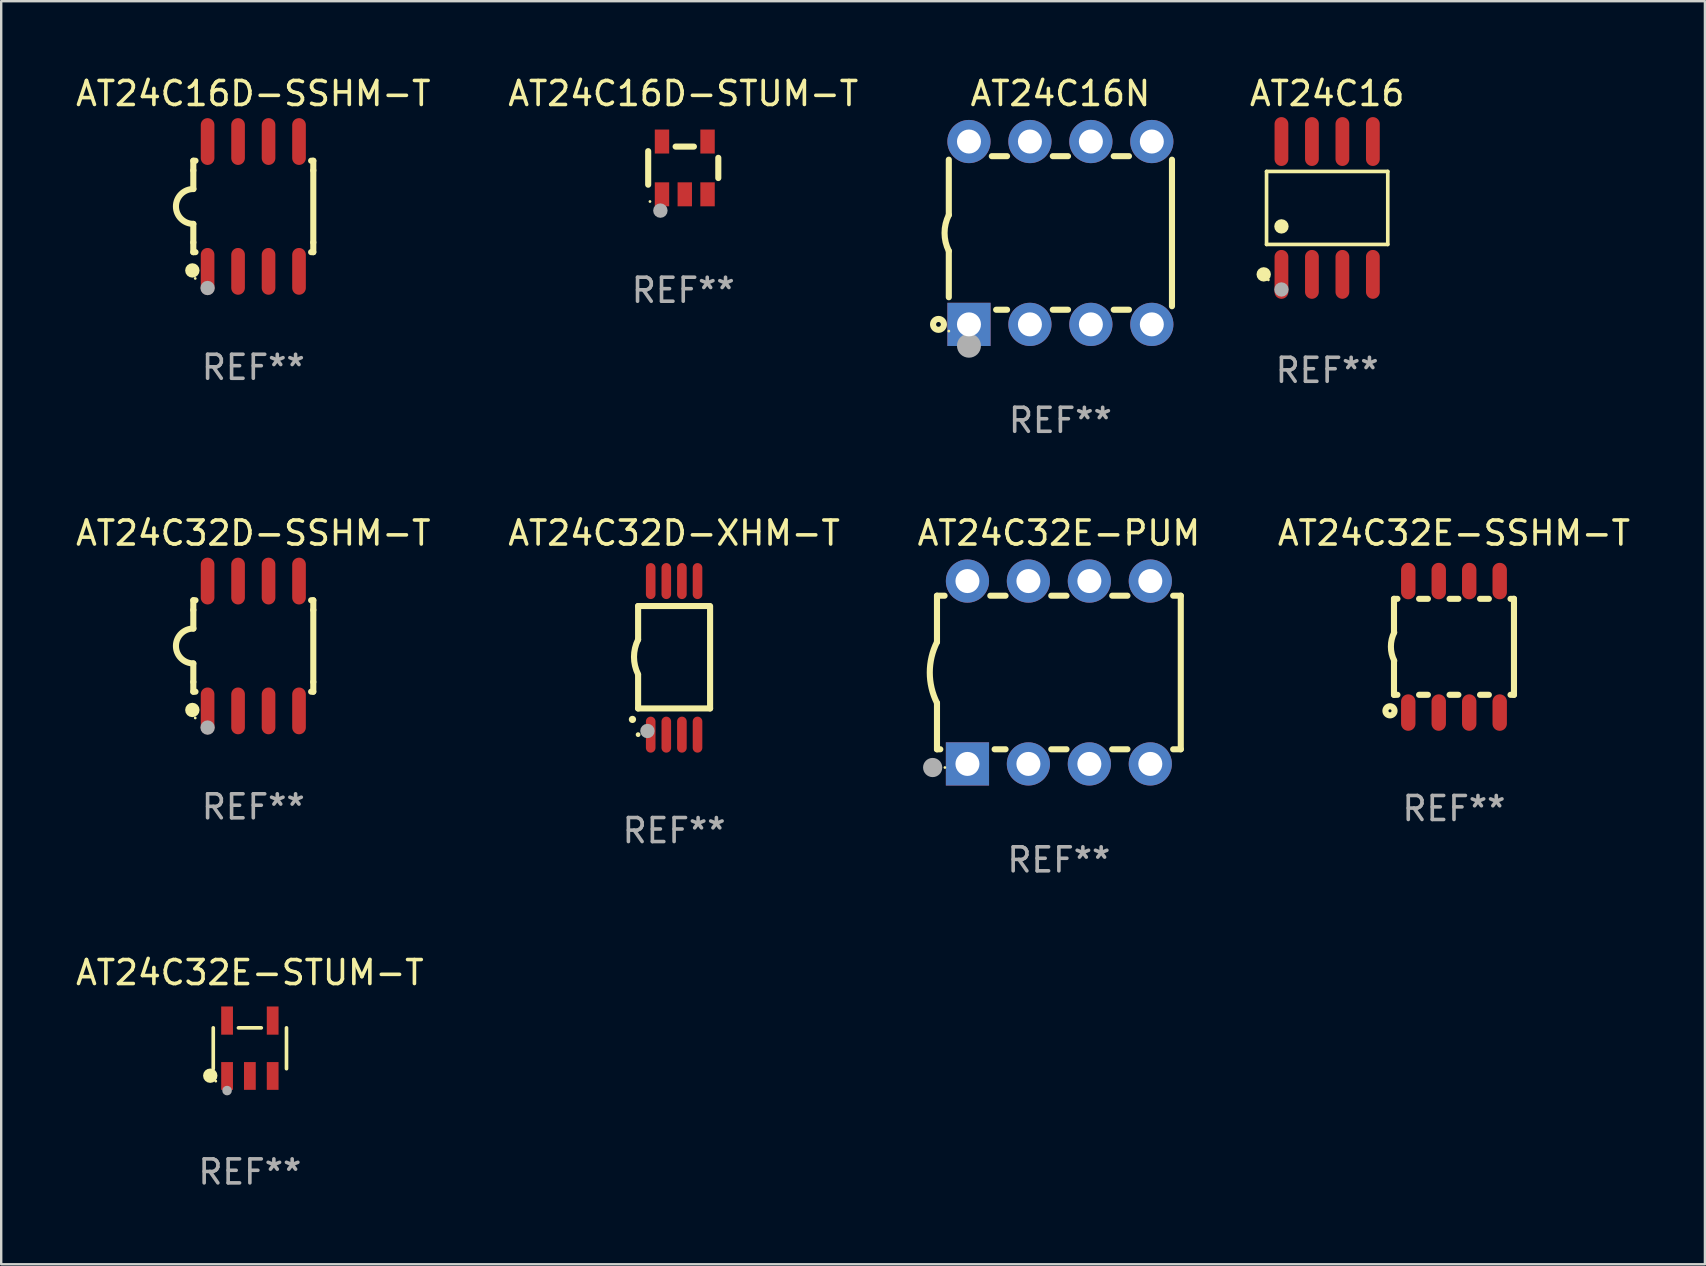
<source format=kicad_pcb>
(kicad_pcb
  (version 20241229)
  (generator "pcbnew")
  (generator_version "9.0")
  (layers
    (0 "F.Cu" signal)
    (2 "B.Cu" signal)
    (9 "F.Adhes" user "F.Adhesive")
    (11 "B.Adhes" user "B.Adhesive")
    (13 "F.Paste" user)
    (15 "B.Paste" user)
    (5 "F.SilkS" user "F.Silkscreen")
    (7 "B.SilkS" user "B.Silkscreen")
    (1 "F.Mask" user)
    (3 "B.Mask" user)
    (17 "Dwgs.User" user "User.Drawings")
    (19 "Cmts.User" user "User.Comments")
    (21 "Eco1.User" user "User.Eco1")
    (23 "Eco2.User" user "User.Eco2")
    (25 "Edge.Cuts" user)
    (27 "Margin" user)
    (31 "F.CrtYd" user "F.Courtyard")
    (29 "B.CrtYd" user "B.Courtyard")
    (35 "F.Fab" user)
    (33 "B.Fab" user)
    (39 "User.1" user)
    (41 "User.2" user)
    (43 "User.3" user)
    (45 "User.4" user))
  (footprint "AT24C16D-SSHM-T"
    (layer "F.Cu")
    (at 7.506 5.553)
    (property "Reference" "AT24C16D-SSHM-T" (at 0 -4.705 0) (layer "F.SilkS") (effects (font (size 1 1) (thickness 0.15))))
    (attr through_hole)
    (fp_line (start -2.5 -1.905) (end -2.409 -1.905) (stroke (width 0.254) (type solid)) (layer "F.SilkS"))
    (fp_line (start -2.5 -1.5) (end -2.5 -1.905) (stroke (width 0.254) (type solid)) (layer "F.SilkS"))
    (fp_line (start -2.5 -1.5) (end -2.5 -0.726) (stroke (width 0.254) (type solid)) (layer "F.SilkS"))
    (fp_line (start -2.5 1.5) (end -2.5 0.727) (stroke (width 0.254) (type solid)) (layer "F.SilkS"))
    (fp_line (start -2.5 1.5) (end -2.5 1.905) (stroke (width 0.254) (type solid)) (layer "F.SilkS"))
    (fp_line (start -2.5 1.905) (end -2.409 1.905) (stroke (width 0.254) (type solid)) (layer "F.SilkS"))
    (fp_line (start 2.5 -1.905) (end 2.409 -1.905) (stroke (width 0.254) (type solid)) (layer "F.SilkS"))
    (fp_line (start 2.5 -1.5) (end 2.5 -1.905) (stroke (width 0.254) (type solid)) (layer "F.SilkS"))
    (fp_line (start 2.5 -1.5) (end 2.5 1.5) (stroke (width 0.254) (type solid)) (layer "F.SilkS"))
    (fp_line (start 2.5 1.5) (end 2.5 1.905) (stroke (width 0.254) (type solid)) (layer "F.SilkS"))
    (fp_line (start 2.5 1.905) (end 2.409 1.905) (stroke (width 0.254) (type solid)) (layer "F.SilkS"))
    (fp_arc (start -2.5 0.726568) (mid -3.220316 -0.0023) (end -2.495097 -0.726289) (stroke (width 0.254001) (type solid)) (layer "F.SilkS"))
    (fp_circle (center -2.54 2.667) (end -2.39 2.667) (stroke (width 0.3) (type solid)) (fill no) (layer "F.SilkS"))
    (fp_circle (center -2.42 3) (end -2.39 3) (stroke (width 0.06) (type solid)) (fill no) (layer "F.SilkS"))
    (fp_circle (center -1.905 3.4) (end -1.755 3.4) (stroke (width 0.3) (type solid)) (fill no) (layer "F.Fab"))
    (fp_text user "REF**" (at 0 6.705 0) (layer "F.Fab") (effects (font (size 1 1) (thickness 0.15))))
    (pad "1" smd oval (at -1.905 2.705) (size 0.568 1.95) (layers "F.Cu" "F.Mask" "F.Paste"))
    (pad "2" smd oval (at -0.635 2.705) (size 0.568 1.95) (layers "F.Cu" "F.Mask" "F.Paste"))
    (pad "3" smd oval (at 0.635 2.705) (size 0.568 1.95) (layers "F.Cu" "F.Mask" "F.Paste"))
    (pad "4" smd oval (at 1.905 2.705) (size 0.568 1.95) (layers "F.Cu" "F.Mask" "F.Paste"))
    (pad "5" smd oval (at 1.905 -2.705) (size 0.568 1.95) (layers "F.Cu" "F.Mask" "F.Paste"))
    (pad "6" smd oval (at 0.635 -2.705) (size 0.568 1.95) (layers "F.Cu" "F.Mask" "F.Paste"))
    (pad "7" smd oval (at -0.635 -2.705) (size 0.568 1.95) (layers "F.Cu" "F.Mask" "F.Paste"))
    (pad "8" smd oval (at -1.905 -2.705) (size 0.568 1.95) (layers "F.Cu" "F.Mask" "F.Paste")))
  (footprint "AT24C32D-XHM-T"
    (layer "F.Cu")
    (at 25.042 24.365)
    (property "Reference" "AT24C32D-XHM-T" (at 0 -5.2 0) (layer "F.SilkS") (effects (font (size 1 1) (thickness 0.15))))
    (attr through_hole)
    (fp_line (start -1.5 -0.762) (end -1.5 -2.159) (stroke (width 0.254) (type solid)) (layer "F.SilkS"))
    (fp_line (start -1.5 2.108) (end -1.5 0.711) (stroke (width 0.254) (type solid)) (layer "F.SilkS"))
    (fp_line (start -1.5 2.108) (end 1.5 2.108) (stroke (width 0.254) (type solid)) (layer "F.SilkS"))
    (fp_line (start 1.463 -2.159) (end -1.5 -2.159) (stroke (width 0.254) (type solid)) (layer "F.SilkS"))
    (fp_line (start 1.5 2.108) (end 1.5 -2.159) (stroke (width 0.254) (type solid)) (layer "F.SilkS"))
    (fp_arc (start -1.737287 2.565405) (mid -1.736017 2.5654) (end -1.734747 2.565405) (stroke (width 0.3) (type solid)) (layer "F.SilkS"))
    (fp_arc (start -1.500076 0.685801) (mid -1.670966 -0.0381) (end -1.500076 -0.762002) (stroke (width 0.254001) (type solid)) (layer "F.SilkS"))
    (fp_circle (center -1.5 3.2) (end -1.45 3.2) (stroke (width 0.1) (type solid)) (fill no) (layer "F.SilkS"))
    (fp_circle (center -1.112 3.048) (end -0.962 3.048) (stroke (width 0.3) (type solid)) (fill no) (layer "F.Fab"))
    (fp_text user "REF**" (at 0 7.2 0) (layer "F.Fab") (effects (font (size 1 1) (thickness 0.15))))
    (pad "1" smd oval (at -0.975 3.2 180) (size 0.4 1.5) (layers "F.Cu" "F.Mask" "F.Paste"))
    (pad "2" smd oval (at -0.325 3.2 180) (size 0.4 1.5) (layers "F.Cu" "F.Mask" "F.Paste"))
    (pad "3" smd oval (at 0.325 3.2 180) (size 0.4 1.5) (layers "F.Cu" "F.Mask" "F.Paste"))
    (pad "4" smd oval (at 0.976 3.2 180) (size 0.4 1.5) (layers "F.Cu" "F.Mask" "F.Paste"))
    (pad "5" smd oval (at 0.976 -3.2 180) (size 0.4 1.5) (layers "F.Cu" "F.Mask" "F.Paste"))
    (pad "6" smd oval (at 0.325 -3.2 180) (size 0.4 1.5) (layers "F.Cu" "F.Mask" "F.Paste"))
    (pad "7" smd oval (at -0.325 -3.2 180) (size 0.4 1.5) (layers "F.Cu" "F.Mask" "F.Paste"))
    (pad "8" smd oval (at -0.975 -3.2 180) (size 0.4 1.5) (layers "F.Cu" "F.Mask" "F.Paste")))
  (footprint "AT24C16N"
    (layer "F.Cu")
    (at 41.14 6.658)
    (property "Reference" "AT24C16N" (at 0 -5.81 0) (layer "F.SilkS") (effects (font (size 1 1) (thickness 0.15))))
    (attr through_hole)
    (fp_line (start -4.65 0.749) (end -4.65 2.679) (stroke (width 0.254) (type solid)) (layer "F.SilkS"))
    (fp_line (start -4.65 -0.75) (end -4.65 -3.054) (stroke (width 0.254) (type solid)) (layer "F.SilkS"))
    (fp_line (start -2.222 -3.2) (end -2.858 -3.2) (stroke (width 0.254) (type solid)) (layer "F.SilkS"))
    (fp_line (start -2.222 3.2) (end -2.678 3.2) (stroke (width 0.254) (type solid)) (layer "F.SilkS"))
    (fp_line (start 0.318 -3.2) (end -0.318 -3.2) (stroke (width 0.254) (type solid)) (layer "F.SilkS"))
    (fp_line (start 0.318 3.2) (end -0.318 3.2) (stroke (width 0.254) (type solid)) (layer "F.SilkS"))
    (fp_line (start 2.858 -3.2) (end 2.222 -3.2) (stroke (width 0.254) (type solid)) (layer "F.SilkS"))
    (fp_line (start 2.858 3.2) (end 2.222 3.2) (stroke (width 0.254) (type solid)) (layer "F.SilkS"))
    (fp_line (start 4.65 -3.054) (end 4.65 3.054) (stroke (width 0.254) (type solid)) (layer "F.SilkS"))
    (fp_arc (start -4.650381 0.749301) (mid -4.827099 -0.000443) (end -4.649644 -0.750013) (stroke (width 0.254001) (type solid)) (layer "F.SilkS"))
    (fp_circle (center -5.08 3.81) (end -4.98 3.81) (stroke (width 0.254) (type solid)) (fill no) (layer "F.SilkS"))
    (fp_circle (center -4.65 4.09) (end -4.62 4.09) (stroke (width 0.06) (type solid)) (fill no) (layer "F.SilkS"))
    (fp_circle (center -3.81 4.699) (end -3.56 4.699) (stroke (width 0.5) (type solid)) (fill no) (layer "F.Fab"))
    (fp_text user "REF**" (at 0 7.81 0) (layer "F.Fab") (effects (font (size 1 1) (thickness 0.15))))
    (pad "1" thru_hole rect (at -3.81 3.81) (size 1.8 1.8) (drill 1) (layers "*.Cu" "*.Mask"))
    (pad "2" thru_hole circle (at -1.27 3.81) (size 1.8 1.8) (drill 1) (layers "*.Cu" "*.Mask"))
    (pad "3" thru_hole circle (at 1.27 3.81) (size 1.8 1.8) (drill 1) (layers "*.Cu" "*.Mask"))
    (pad "4" thru_hole circle (at 3.81 3.81) (size 1.8 1.8) (drill 1) (layers "*.Cu" "*.Mask"))
    (pad "5" thru_hole circle (at 3.81 -3.81) (size 1.8 1.8) (drill 1) (layers "*.Cu" "*.Mask"))
    (pad "6" thru_hole circle (at 1.27 -3.81) (size 1.8 1.8) (drill 1) (layers "*.Cu" "*.Mask"))
    (pad "7" thru_hole circle (at -1.27 -3.81) (size 1.8 1.8) (drill 1) (layers "*.Cu" "*.Mask"))
    (pad "8" thru_hole circle (at -3.81 -3.81) (size 1.8 1.8) (drill 1) (layers "*.Cu" "*.Mask")))
  (footprint "AT24C16D-STUM-T"
    (layer "F.Cu")
    (at 25.423 3.948)
    (property "Reference" "AT24C16D-STUM-T" (at 0 -3.1 0) (layer "F.SilkS") (effects (font (size 1 1) (thickness 0.15))))
    (attr through_hole)
    (fp_line (start -1.461 -0.699) (end -1.461 0.699) (stroke (width 0.254) (type solid)) (layer "F.SilkS"))
    (fp_line (start -0.318 -0.889) (end 0.445 -0.889) (stroke (width 0.254) (type solid)) (layer "F.SilkS"))
    (fp_line (start 1.461 -0.422) (end 1.461 0.422) (stroke (width 0.254) (type solid)) (layer "F.SilkS"))
    (fp_circle (center -1.387 1.4) (end -1.357 1.4) (stroke (width 0.06) (type solid)) (fill no) (layer "F.SilkS"))
    (fp_circle (center -0.953 1.778) (end -0.802 1.778) (stroke (width 0.3) (type solid)) (fill no) (layer "F.Fab"))
    (fp_text user "REF**" (at 0 5.1 0) (layer "F.Fab") (effects (font (size 1 1) (thickness 0.15))))
    (pad "1" smd rect (at -0.886 1.1) (size 0.6 1) (layers "F.Cu" "F.Mask" "F.Paste"))
    (pad "2" smd rect (at 0.064 1.1) (size 0.6 1) (layers "F.Cu" "F.Mask" "F.Paste"))
    (pad "3" smd rect (at 1.013 1.1) (size 0.6 1) (layers "F.Cu" "F.Mask" "F.Paste"))
    (pad "4" smd rect (at 1.013 -1.1) (size 0.6 1) (layers "F.Cu" "F.Mask" "F.Paste"))
    (pad "5" smd rect (at -0.886 -1.1) (size 0.6 1) (layers "F.Cu" "F.Mask" "F.Paste")))
  (footprint "AT24C32E-PUM"
    (layer "F.Cu")
    (at 41.077 24.975)
    (property "Reference" "AT24C32E-PUM" (at 0 -5.81 0) (layer "F.SilkS") (effects (font (size 1 1) (thickness 0.15))))
    (attr through_hole)
    (fp_line (start -5.08 -3.2) (end -4.762 -3.2) (stroke (width 0.254) (type solid)) (layer "F.SilkS"))
    (fp_line (start -5.08 -1.27) (end -5.08 -3.2) (stroke (width 0.254) (type solid)) (layer "F.SilkS"))
    (fp_line (start -5.08 3.2) (end -5.08 1.27) (stroke (width 0.254) (type solid)) (layer "F.SilkS"))
    (fp_line (start -5.08 3.2) (end -4.941 3.2) (stroke (width 0.254) (type solid)) (layer "F.SilkS"))
    (fp_line (start -2.858 -3.2) (end -2.222 -3.2) (stroke (width 0.254) (type solid)) (layer "F.SilkS"))
    (fp_line (start -2.679 3.2) (end -2.222 3.2) (stroke (width 0.254) (type solid)) (layer "F.SilkS"))
    (fp_line (start -0.318 -3.2) (end 0.318 -3.2) (stroke (width 0.254) (type solid)) (layer "F.SilkS"))
    (fp_line (start -0.318 3.2) (end 0.318 3.2) (stroke (width 0.254) (type solid)) (layer "F.SilkS"))
    (fp_line (start 2.222 -3.2) (end 2.858 -3.2) (stroke (width 0.254) (type solid)) (layer "F.SilkS"))
    (fp_line (start 2.222 3.2) (end 2.858 3.2) (stroke (width 0.254) (type solid)) (layer "F.SilkS"))
    (fp_line (start 4.762 -3.2) (end 5.08 -3.2) (stroke (width 0.254) (type solid)) (layer "F.SilkS"))
    (fp_line (start 4.762 3.2) (end 5.08 3.2) (stroke (width 0.254) (type solid)) (layer "F.SilkS"))
    (fp_line (start 5.08 3.2) (end 5.08 -3.2) (stroke (width 0.254) (type solid)) (layer "F.SilkS"))
    (fp_arc (start -5.080011 1.270002) (mid -5.379818 -0.000001) (end -5.08001 -1.270003) (stroke (width 0.254001) (type solid)) (layer "F.SilkS"))
    (fp_circle (center -4.75 3.96) (end -4.72 3.96) (stroke (width 0.06) (type solid)) (fill no) (layer "F.SilkS"))
    (fp_circle (center -5.26 3.96) (end -5.06 3.96) (stroke (width 0.4) (type solid)) (fill no) (layer "F.Fab"))
    (fp_text user "REF**" (at 0 7.81 0) (layer "F.Fab") (effects (font (size 1 1) (thickness 0.15))))
    (pad "1" thru_hole rect (at -3.81 3.81) (size 1.8 1.8) (drill 1) (layers "*.Cu" "*.Mask"))
    (pad "2" thru_hole circle (at -1.27 3.81) (size 1.8 1.8) (drill 1) (layers "*.Cu" "*.Mask"))
    (pad "3" thru_hole circle (at 1.27 3.81) (size 1.8 1.8) (drill 1) (layers "*.Cu" "*.Mask"))
    (pad "4" thru_hole circle (at 3.81 3.81) (size 1.8 1.8) (drill 1) (layers "*.Cu" "*.Mask"))
    (pad "5" thru_hole circle (at 3.81 -3.81) (size 1.8 1.8) (drill 1) (layers "*.Cu" "*.Mask"))
    (pad "6" thru_hole circle (at 1.27 -3.81) (size 1.8 1.8) (drill 1) (layers "*.Cu" "*.Mask"))
    (pad "7" thru_hole circle (at -1.27 -3.81) (size 1.8 1.8) (drill 1) (layers "*.Cu" "*.Mask"))
    (pad "8" thru_hole circle (at -3.81 -3.81) (size 1.8 1.8) (drill 1) (layers "*.Cu" "*.Mask")))
  (footprint "AT24C32E-STUM-T"
    (layer "F.Cu")
    (at 7.363 40.635)
    (property "Reference" "AT24C32E-STUM-T" (at 0 -3.154 0) (layer "F.SilkS") (effects (font (size 1 1) (thickness 0.15))))
    (attr through_hole)
    (fp_line (start -1.526 0.851) (end -1.526 -0.851) (stroke (width 0.152) (type solid)) (layer "F.SilkS"))
    (fp_line (start 0.476 -0.851) (end -0.476 -0.851) (stroke (width 0.152) (type solid)) (layer "F.SilkS"))
    (fp_line (start 1.526 0.851) (end 1.526 -0.851) (stroke (width 0.152) (type solid)) (layer "F.SilkS"))
    (fp_circle (center -1.651 1.143) (end -1.501 1.143) (stroke (width 0.3) (type solid)) (fill no) (layer "F.SilkS"))
    (fp_circle (center -1.42 1.37) (end -1.39 1.37) (stroke (width 0.06) (type solid)) (fill no) (layer "F.SilkS"))
    (fp_circle (center -0.95 1.763) (end -0.85 1.763) (stroke (width 0.2) (type solid)) (fill no) (layer "F.Fab"))
    (fp_text user "REF**" (at 0 5.154 0) (layer "F.Fab") (effects (font (size 1 1) (thickness 0.15))))
    (pad "1" smd rect (at -0.95 1.154) (size 0.49 1.157) (layers "F.Cu" "F.Mask" "F.Paste"))
    (pad "2" smd rect (at 0 1.154) (size 0.49 1.157) (layers "F.Cu" "F.Mask" "F.Paste"))
    (pad "3" smd rect (at 0.95 1.154) (size 0.49 1.157) (layers "F.Cu" "F.Mask" "F.Paste"))
    (pad "4" smd rect (at 0.95 -1.154) (size 0.49 1.175) (layers "F.Cu" "F.Mask" "F.Paste"))
    (pad "5" smd rect (at -0.95 -1.154) (size 0.49 1.175) (layers "F.Cu" "F.Mask" "F.Paste")))
  (footprint "AT24C16"
    (layer "F.Cu")
    (at 52.257 5.616)
    (property "Reference" "AT24C16" (at 0 -4.768 0) (layer "F.SilkS") (effects (font (size 1 1) (thickness 0.15))))
    (attr through_hole)
    (fp_line (start -2.526 -1.521) (end 2.526 -1.521) (stroke (width 0.152) (type solid)) (layer "F.SilkS"))
    (fp_line (start -2.526 1.521) (end -2.526 -1.521) (stroke (width 0.152) (type solid)) (layer "F.SilkS"))
    (fp_line (start 2.526 -1.521) (end 2.526 1.521) (stroke (width 0.152) (type solid)) (layer "F.SilkS"))
    (fp_line (start 2.526 1.521) (end -2.526 1.521) (stroke (width 0.152) (type solid)) (layer "F.SilkS"))
    (fp_circle (center -2.644 2.768) (end -2.494 2.768) (stroke (width 0.3) (type solid)) (fill no) (layer "F.SilkS"))
    (fp_circle (center -2.45 2.998) (end -2.42 2.998) (stroke (width 0.06) (type solid)) (fill no) (layer "F.SilkS"))
    (fp_circle (center -1.905 0.769) (end -1.755 0.769) (stroke (width 0.3) (type solid)) (fill no) (layer "F.SilkS"))
    (fp_circle (center -1.905 3.398) (end -1.755 3.398) (stroke (width 0.3) (type solid)) (fill no) (layer "F.Fab"))
    (fp_text user "REF**" (at 0 6.768 0) (layer "F.Fab") (effects (font (size 1 1) (thickness 0.15))))
    (pad "1" smd oval (at -1.905 2.768) (size 0.574 2.036) (layers "F.Cu" "F.Mask" "F.Paste"))
    (pad "2" smd oval (at -0.635 2.768) (size 0.574 2.036) (layers "F.Cu" "F.Mask" "F.Paste"))
    (pad "3" smd oval (at 0.635 2.768) (size 0.574 2.036) (layers "F.Cu" "F.Mask" "F.Paste"))
    (pad "4" smd oval (at 1.905 2.768) (size 0.574 2.036) (layers "F.Cu" "F.Mask" "F.Paste"))
    (pad "5" smd oval (at 1.905 -2.768) (size 0.574 2.036) (layers "F.Cu" "F.Mask" "F.Paste"))
    (pad "6" smd oval (at 0.635 -2.768) (size 0.574 2.036) (layers "F.Cu" "F.Mask" "F.Paste"))
    (pad "7" smd oval (at -0.635 -2.768) (size 0.574 2.036) (layers "F.Cu" "F.Mask" "F.Paste"))
    (pad "8" smd oval (at -1.905 -2.768) (size 0.574 2.036) (layers "F.Cu" "F.Mask" "F.Paste")))
  (footprint "AT24C32E-SSHM-T"
    (layer "F.Cu")
    (at 57.542 23.905)
    (property "Reference" "AT24C32E-SSHM-T" (at 0 -4.74 0) (layer "F.SilkS") (effects (font (size 1 1) (thickness 0.15))))
    (attr through_hole)
    (fp_line (start -2.5 -2) (end -2.5 -0.6) (stroke (width 0.254) (type solid)) (layer "F.SilkS"))
    (fp_line (start -2.5 -2) (end -2.356 -2) (stroke (width 0.254) (type solid)) (layer "F.SilkS"))
    (fp_line (start -2.5 0.58) (end -2.5 2) (stroke (width 0.254) (type solid)) (layer "F.SilkS"))
    (fp_line (start -2.5 2) (end -2.356 2) (stroke (width 0.254) (type solid)) (layer "F.SilkS"))
    (fp_line (start -1.454 -2) (end -1.086 -2) (stroke (width 0.254) (type solid)) (layer "F.SilkS"))
    (fp_line (start -1.454 2) (end -1.086 2) (stroke (width 0.254) (type solid)) (layer "F.SilkS"))
    (fp_line (start -0.184 -2) (end 0.184 -2) (stroke (width 0.254) (type solid)) (layer "F.SilkS"))
    (fp_line (start -0.184 2) (end 0.184 2) (stroke (width 0.254) (type solid)) (layer "F.SilkS"))
    (fp_line (start 1.086 -2) (end 1.454 -2) (stroke (width 0.254) (type solid)) (layer "F.SilkS"))
    (fp_line (start 1.086 2) (end 1.454 2) (stroke (width 0.254) (type solid)) (layer "F.SilkS"))
    (fp_line (start 2.356 -2) (end 2.5 -2) (stroke (width 0.254) (type solid)) (layer "F.SilkS"))
    (fp_line (start 2.356 2) (end 2.5 2) (stroke (width 0.254) (type solid)) (layer "F.SilkS"))
    (fp_line (start 2.5 -2) (end 2.5 2) (stroke (width 0.254) (type solid)) (layer "F.SilkS"))
    (fp_arc (start -2.489992 0.58001) (mid -2.629095 -0.009995) (end -2.489992 -0.6) (stroke (width 0.254001) (type solid)) (layer "F.SilkS"))
    (fp_circle (center -2.667 2.667) (end -2.477 2.667) (stroke (width 0.254) (type solid)) (fill no) (layer "F.SilkS"))
    (fp_text user "REF**" (at 0 6.74 0) (layer "F.Fab") (effects (font (size 1 1) (thickness 0.15))))
    (pad "1" smd oval (at -1.905 2.74 180) (size 0.6 1.52) (layers "F.Cu" "F.Mask" "F.Paste"))
    (pad "2" smd oval (at -0.635 2.74 180) (size 0.6 1.52) (layers "F.Cu" "F.Mask" "F.Paste"))
    (pad "3" smd oval (at 0.635 2.74 180) (size 0.6 1.52) (layers "F.Cu" "F.Mask" "F.Paste"))
    (pad "4" smd oval (at 1.905 2.74 180) (size 0.6 1.52) (layers "F.Cu" "F.Mask" "F.Paste"))
    (pad "5" smd oval (at 1.905 -2.74 180) (size 0.6 1.52) (layers "F.Cu" "F.Mask" "F.Paste"))
    (pad "6" smd oval (at 0.635 -2.74 180) (size 0.6 1.52) (layers "F.Cu" "F.Mask" "F.Paste"))
    (pad "7" smd oval (at -0.635 -2.74 180) (size 0.6 1.52) (layers "F.Cu" "F.Mask" "F.Paste"))
    (pad "8" smd oval (at -1.905 -2.74 180) (size 0.6 1.52) (layers "F.Cu" "F.Mask" "F.Paste")))
  (footprint "AT24C32D-SSHM-T"
    (layer "F.Cu")
    (at 7.506 23.87)
    (property "Reference" "AT24C32D-SSHM-T" (at 0 -4.705 0) (layer "F.SilkS") (effects (font (size 1 1) (thickness 0.15))))
    (attr through_hole)
    (fp_line (start -2.5 -1.905) (end -2.409 -1.905) (stroke (width 0.254) (type solid)) (layer "F.SilkS"))
    (fp_line (start -2.5 -1.5) (end -2.5 -1.905) (stroke (width 0.254) (type solid)) (layer "F.SilkS"))
    (fp_line (start -2.5 -1.5) (end -2.5 -0.726) (stroke (width 0.254) (type solid)) (layer "F.SilkS"))
    (fp_line (start -2.5 1.5) (end -2.5 0.727) (stroke (width 0.254) (type solid)) (layer "F.SilkS"))
    (fp_line (start -2.5 1.5) (end -2.5 1.905) (stroke (width 0.254) (type solid)) (layer "F.SilkS"))
    (fp_line (start -2.5 1.905) (end -2.409 1.905) (stroke (width 0.254) (type solid)) (layer "F.SilkS"))
    (fp_line (start 2.5 -1.905) (end 2.409 -1.905) (stroke (width 0.254) (type solid)) (layer "F.SilkS"))
    (fp_line (start 2.5 -1.5) (end 2.5 -1.905) (stroke (width 0.254) (type solid)) (layer "F.SilkS"))
    (fp_line (start 2.5 -1.5) (end 2.5 1.5) (stroke (width 0.254) (type solid)) (layer "F.SilkS"))
    (fp_line (start 2.5 1.5) (end 2.5 1.905) (stroke (width 0.254) (type solid)) (layer "F.SilkS"))
    (fp_line (start 2.5 1.905) (end 2.409 1.905) (stroke (width 0.254) (type solid)) (layer "F.SilkS"))
    (fp_arc (start -2.5 0.726568) (mid -3.220316 -0.0023) (end -2.495097 -0.726289) (stroke (width 0.254001) (type solid)) (layer "F.SilkS"))
    (fp_circle (center -2.54 2.667) (end -2.39 2.667) (stroke (width 0.3) (type solid)) (fill no) (layer "F.SilkS"))
    (fp_circle (center -2.42 3) (end -2.39 3) (stroke (width 0.06) (type solid)) (fill no) (layer "F.SilkS"))
    (fp_circle (center -1.905 3.4) (end -1.755 3.4) (stroke (width 0.3) (type solid)) (fill no) (layer "F.Fab"))
    (fp_text user "REF**" (at 0 6.705 0) (layer "F.Fab") (effects (font (size 1 1) (thickness 0.15))))
    (pad "1" smd oval (at -1.905 2.705) (size 0.568 1.95) (layers "F.Cu" "F.Mask" "F.Paste"))
    (pad "2" smd oval (at -0.635 2.705) (size 0.568 1.95) (layers "F.Cu" "F.Mask" "F.Paste"))
    (pad "3" smd oval (at 0.635 2.705) (size 0.568 1.95) (layers "F.Cu" "F.Mask" "F.Paste"))
    (pad "4" smd oval (at 1.905 2.705) (size 0.568 1.95) (layers "F.Cu" "F.Mask" "F.Paste"))
    (pad "5" smd oval (at 1.905 -2.705) (size 0.568 1.95) (layers "F.Cu" "F.Mask" "F.Paste"))
    (pad "6" smd oval (at 0.635 -2.705) (size 0.568 1.95) (layers "F.Cu" "F.Mask" "F.Paste"))
    (pad "7" smd oval (at -0.635 -2.705) (size 0.568 1.95) (layers "F.Cu" "F.Mask" "F.Paste"))
    (pad "8" smd oval (at -1.905 -2.705) (size 0.568 1.95) (layers "F.Cu" "F.Mask" "F.Paste")))
  (gr_rect
    (start -3 -3)
    (end 68 49.637)
    (stroke (width 0.1) (type default))
    (fill no)
    (layer "Edge.Cuts")))
</source>
